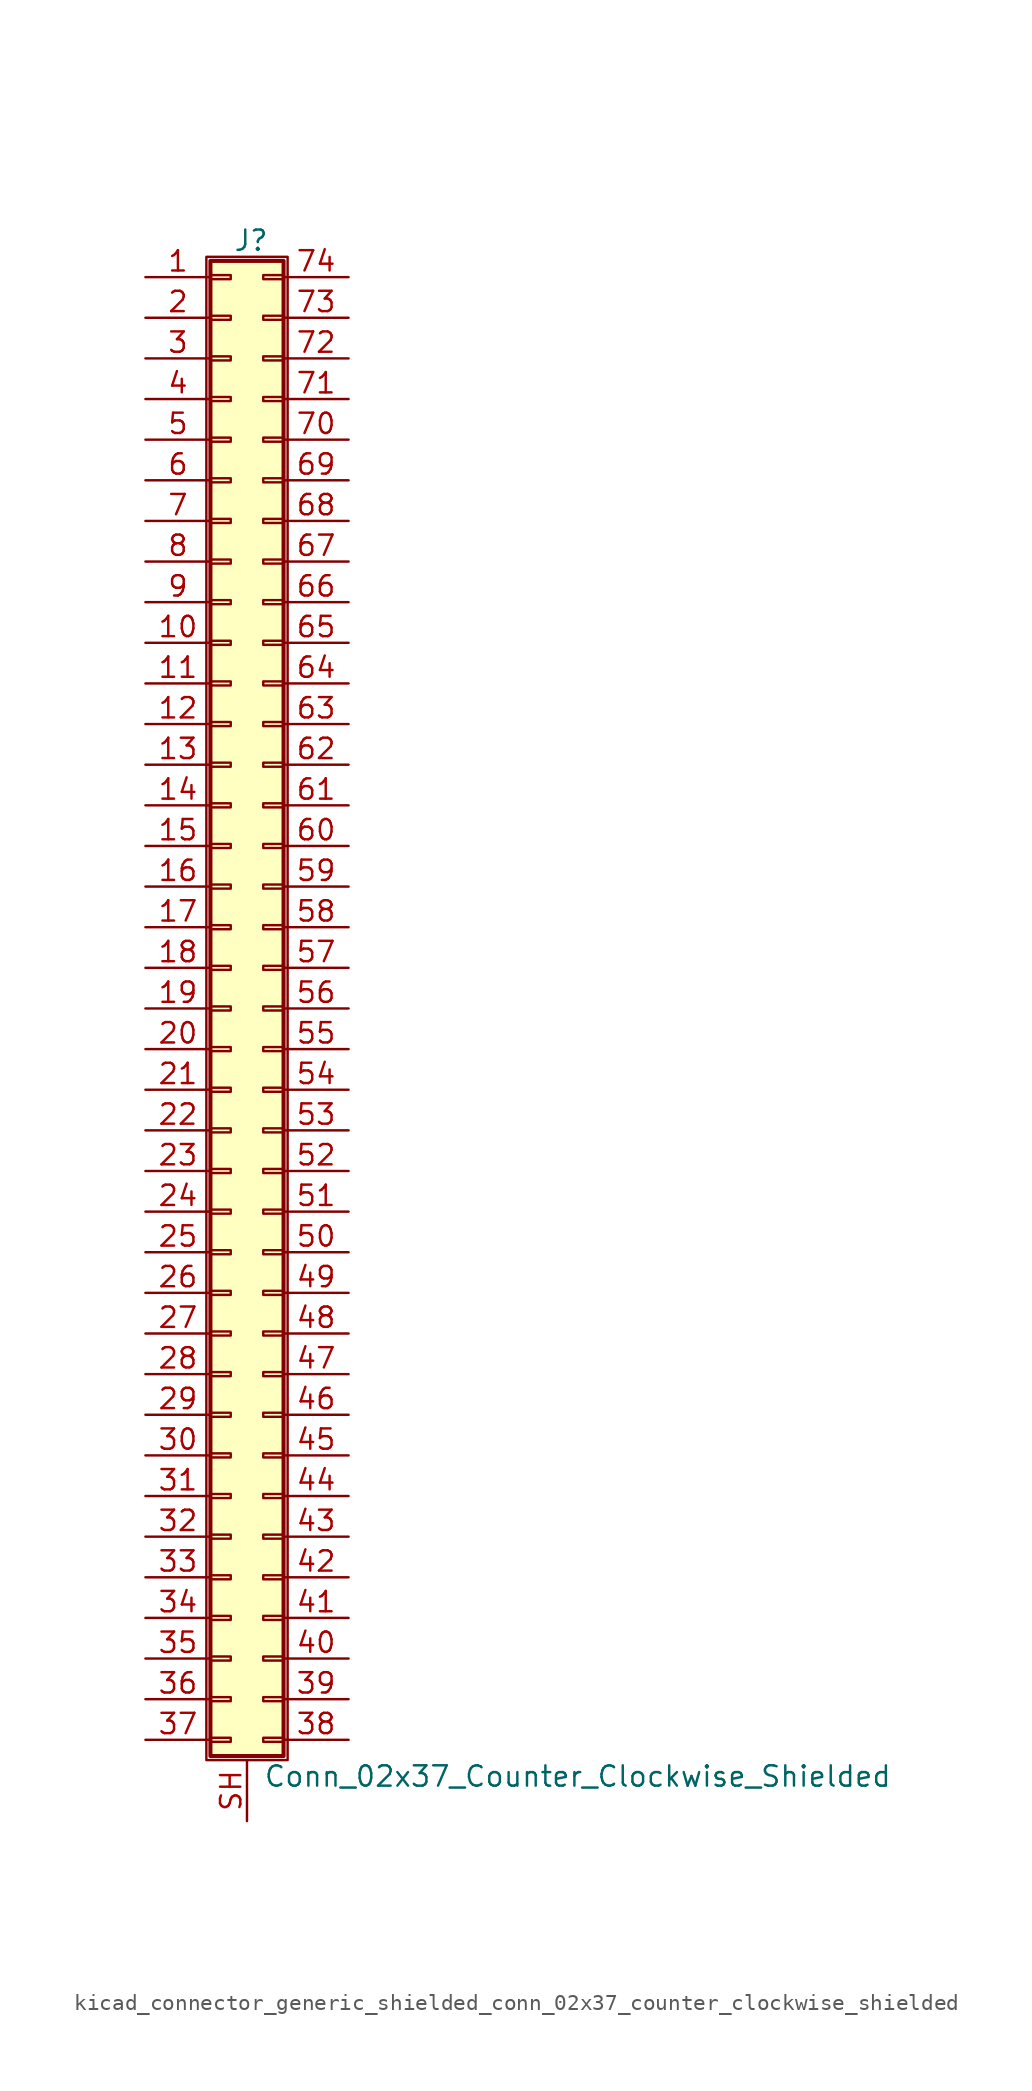
<source format=kicad_sym>
(kicad_symbol_lib
  (version 20220914)
  (generator kicad_symbol_editor)
  (symbol "kicad_connector_generic_shielded_conn_02x37_counter_clockwise_shielded"
    (pin_names
      (offset 1.016) hide)
    (property "Reference" "J"
      (at 1.524 48.006 0)
      (effects (font (size 1.27 1.27))))
    (property "Value" "Conn_02x37_Counter_Clockwise_Shielded"
      (at 2.286 -48.006 0)
      (effects (font (size 1.27 1.27)) (justify left)))
    (symbol "kicad_connector_generic_shielded_conn_02x37_counter_clockwise_shielded_1_1"
      (rectangle (start -1.27 46.99) (end 3.81 -46.99) (stroke (width 0.152) (type default)) (fill (type none)))
      (rectangle (start -1.016 -45.593) (end 0.254 -45.847) (stroke (width 0.152) (type default)) (fill (type none)))
      (rectangle (start -1.016 -43.053) (end 0.254 -43.307) (stroke (width 0.152) (type default)) (fill (type none)))
      (rectangle (start -1.016 -40.513) (end 0.254 -40.767) (stroke (width 0.152) (type default)) (fill (type none)))
      (rectangle (start -1.016 -37.973) (end 0.254 -38.227) (stroke (width 0.152) (type default)) (fill (type none)))
      (rectangle (start -1.016 -35.433) (end 0.254 -35.687) (stroke (width 0.152) (type default)) (fill (type none)))
      (rectangle (start -1.016 -32.893) (end 0.254 -33.147) (stroke (width 0.152) (type default)) (fill (type none)))
      (rectangle (start -1.016 -30.353) (end 0.254 -30.607) (stroke (width 0.152) (type default)) (fill (type none)))
      (rectangle (start -1.016 -27.813) (end 0.254 -28.067) (stroke (width 0.152) (type default)) (fill (type none)))
      (rectangle (start -1.016 -25.273) (end 0.254 -25.527) (stroke (width 0.152) (type default)) (fill (type none)))
      (rectangle (start -1.016 -22.733) (end 0.254 -22.987) (stroke (width 0.152) (type default)) (fill (type none)))
      (rectangle (start -1.016 -20.193) (end 0.254 -20.447) (stroke (width 0.152) (type default)) (fill (type none)))
      (rectangle (start -1.016 -17.653) (end 0.254 -17.907) (stroke (width 0.152) (type default)) (fill (type none)))
      (rectangle (start -1.016 -15.113) (end 0.254 -15.367) (stroke (width 0.152) (type default)) (fill (type none)))
      (rectangle (start -1.016 -12.573) (end 0.254 -12.827) (stroke (width 0.152) (type default)) (fill (type none)))
      (rectangle (start -1.016 -10.033) (end 0.254 -10.287) (stroke (width 0.152) (type default)) (fill (type none)))
      (rectangle (start -1.016 -7.493) (end 0.254 -7.747) (stroke (width 0.152) (type default)) (fill (type none)))
      (rectangle (start -1.016 -4.953) (end 0.254 -5.207) (stroke (width 0.152) (type default)) (fill (type none)))
      (rectangle (start -1.016 -2.413) (end 0.254 -2.667) (stroke (width 0.152) (type default)) (fill (type none)))
      (rectangle (start -1.016 0.127) (end 0.254 -0.127) (stroke (width 0.152) (type default)) (fill (type none)))
      (rectangle (start -1.016 2.667) (end 0.254 2.413) (stroke (width 0.152) (type default)) (fill (type none)))
      (rectangle (start -1.016 5.207) (end 0.254 4.953) (stroke (width 0.152) (type default)) (fill (type none)))
      (rectangle (start -1.016 7.747) (end 0.254 7.493) (stroke (width 0.152) (type default)) (fill (type none)))
      (rectangle (start -1.016 10.287) (end 0.254 10.033) (stroke (width 0.152) (type default)) (fill (type none)))
      (rectangle (start -1.016 12.827) (end 0.254 12.573) (stroke (width 0.152) (type default)) (fill (type none)))
      (rectangle (start -1.016 15.367) (end 0.254 15.113) (stroke (width 0.152) (type default)) (fill (type none)))
      (rectangle (start -1.016 17.907) (end 0.254 17.653) (stroke (width 0.152) (type default)) (fill (type none)))
      (rectangle (start -1.016 20.447) (end 0.254 20.193) (stroke (width 0.152) (type default)) (fill (type none)))
      (rectangle (start -1.016 22.987) (end 0.254 22.733) (stroke (width 0.152) (type default)) (fill (type none)))
      (rectangle (start -1.016 25.527) (end 0.254 25.273) (stroke (width 0.152) (type default)) (fill (type none)))
      (rectangle (start -1.016 28.067) (end 0.254 27.813) (stroke (width 0.152) (type default)) (fill (type none)))
      (rectangle (start -1.016 30.607) (end 0.254 30.353) (stroke (width 0.152) (type default)) (fill (type none)))
      (rectangle (start -1.016 33.147) (end 0.254 32.893) (stroke (width 0.152) (type default)) (fill (type none)))
      (rectangle (start -1.016 35.687) (end 0.254 35.433) (stroke (width 0.152) (type default)) (fill (type none)))
      (rectangle (start -1.016 38.227) (end 0.254 37.973) (stroke (width 0.152) (type default)) (fill (type none)))
      (rectangle (start -1.016 40.767) (end 0.254 40.513) (stroke (width 0.152) (type default)) (fill (type none)))
      (rectangle (start -1.016 43.307) (end 0.254 43.053) (stroke (width 0.152) (type default)) (fill (type none)))
      (rectangle (start -1.016 45.847) (end 0.254 45.593) (stroke (width 0.152) (type default)) (fill (type none)))
      (rectangle (start -1.016 46.736) (end 3.556 -46.736) (stroke (width 0.254) (type default)) (fill (type background)))
      (rectangle (start 3.556 -45.593) (end 2.286 -45.847) (stroke (width 0.152) (type default)) (fill (type none)))
      (rectangle (start 3.556 -43.053) (end 2.286 -43.307) (stroke (width 0.152) (type default)) (fill (type none)))
      (rectangle (start 3.556 -40.513) (end 2.286 -40.767) (stroke (width 0.152) (type default)) (fill (type none)))
      (rectangle (start 3.556 -37.973) (end 2.286 -38.227) (stroke (width 0.152) (type default)) (fill (type none)))
      (rectangle (start 3.556 -35.433) (end 2.286 -35.687) (stroke (width 0.152) (type default)) (fill (type none)))
      (rectangle (start 3.556 -32.893) (end 2.286 -33.147) (stroke (width 0.152) (type default)) (fill (type none)))
      (rectangle (start 3.556 -30.353) (end 2.286 -30.607) (stroke (width 0.152) (type default)) (fill (type none)))
      (rectangle (start 3.556 -27.813) (end 2.286 -28.067) (stroke (width 0.152) (type default)) (fill (type none)))
      (rectangle (start 3.556 -25.273) (end 2.286 -25.527) (stroke (width 0.152) (type default)) (fill (type none)))
      (rectangle (start 3.556 -22.733) (end 2.286 -22.987) (stroke (width 0.152) (type default)) (fill (type none)))
      (rectangle (start 3.556 -20.193) (end 2.286 -20.447) (stroke (width 0.152) (type default)) (fill (type none)))
      (rectangle (start 3.556 -17.653) (end 2.286 -17.907) (stroke (width 0.152) (type default)) (fill (type none)))
      (rectangle (start 3.556 -15.113) (end 2.286 -15.367) (stroke (width 0.152) (type default)) (fill (type none)))
      (rectangle (start 3.556 -12.573) (end 2.286 -12.827) (stroke (width 0.152) (type default)) (fill (type none)))
      (rectangle (start 3.556 -10.033) (end 2.286 -10.287) (stroke (width 0.152) (type default)) (fill (type none)))
      (rectangle (start 3.556 -7.493) (end 2.286 -7.747) (stroke (width 0.152) (type default)) (fill (type none)))
      (rectangle (start 3.556 -4.953) (end 2.286 -5.207) (stroke (width 0.152) (type default)) (fill (type none)))
      (rectangle (start 3.556 -2.413) (end 2.286 -2.667) (stroke (width 0.152) (type default)) (fill (type none)))
      (rectangle (start 3.556 0.127) (end 2.286 -0.127) (stroke (width 0.152) (type default)) (fill (type none)))
      (rectangle (start 3.556 2.667) (end 2.286 2.413) (stroke (width 0.152) (type default)) (fill (type none)))
      (rectangle (start 3.556 5.207) (end 2.286 4.953) (stroke (width 0.152) (type default)) (fill (type none)))
      (rectangle (start 3.556 7.747) (end 2.286 7.493) (stroke (width 0.152) (type default)) (fill (type none)))
      (rectangle (start 3.556 10.287) (end 2.286 10.033) (stroke (width 0.152) (type default)) (fill (type none)))
      (rectangle (start 3.556 12.827) (end 2.286 12.573) (stroke (width 0.152) (type default)) (fill (type none)))
      (rectangle (start 3.556 15.367) (end 2.286 15.113) (stroke (width 0.152) (type default)) (fill (type none)))
      (rectangle (start 3.556 17.907) (end 2.286 17.653) (stroke (width 0.152) (type default)) (fill (type none)))
      (rectangle (start 3.556 20.447) (end 2.286 20.193) (stroke (width 0.152) (type default)) (fill (type none)))
      (rectangle (start 3.556 22.987) (end 2.286 22.733) (stroke (width 0.152) (type default)) (fill (type none)))
      (rectangle (start 3.556 25.527) (end 2.286 25.273) (stroke (width 0.152) (type default)) (fill (type none)))
      (rectangle (start 3.556 28.067) (end 2.286 27.813) (stroke (width 0.152) (type default)) (fill (type none)))
      (rectangle (start 3.556 30.607) (end 2.286 30.353) (stroke (width 0.152) (type default)) (fill (type none)))
      (rectangle (start 3.556 33.147) (end 2.286 32.893) (stroke (width 0.152) (type default)) (fill (type none)))
      (rectangle (start 3.556 35.687) (end 2.286 35.433) (stroke (width 0.152) (type default)) (fill (type none)))
      (rectangle (start 3.556 38.227) (end 2.286 37.973) (stroke (width 0.152) (type default)) (fill (type none)))
      (rectangle (start 3.556 40.767) (end 2.286 40.513) (stroke (width 0.152) (type default)) (fill (type none)))
      (rectangle (start 3.556 43.307) (end 2.286 43.053) (stroke (width 0.152) (type default)) (fill (type none)))
      (rectangle (start 3.556 45.847) (end 2.286 45.593) (stroke (width 0.152) (type default)) (fill (type none)))
      (pin passive line (at -5.08 45.72 0) (length 4.064) (name "Pin_1" (effects (font (size 1.27 1.27)))) (number "1" (effects (font (size 1.27 1.27)))))
      (pin passive line (at -5.08 22.86 0) (length 4.064) (name "Pin_10" (effects (font (size 1.27 1.27)))) (number "10" (effects (font (size 1.27 1.27)))))
      (pin passive line (at -5.08 20.32 0) (length 4.064) (name "Pin_11" (effects (font (size 1.27 1.27)))) (number "11" (effects (font (size 1.27 1.27)))))
      (pin passive line (at -5.08 17.78 0) (length 4.064) (name "Pin_12" (effects (font (size 1.27 1.27)))) (number "12" (effects (font (size 1.27 1.27)))))
      (pin passive line (at -5.08 15.24 0) (length 4.064) (name "Pin_13" (effects (font (size 1.27 1.27)))) (number "13" (effects (font (size 1.27 1.27)))))
      (pin passive line (at -5.08 12.7 0) (length 4.064) (name "Pin_14" (effects (font (size 1.27 1.27)))) (number "14" (effects (font (size 1.27 1.27)))))
      (pin passive line (at -5.08 10.16 0) (length 4.064) (name "Pin_15" (effects (font (size 1.27 1.27)))) (number "15" (effects (font (size 1.27 1.27)))))
      (pin passive line (at -5.08 7.62 0) (length 4.064) (name "Pin_16" (effects (font (size 1.27 1.27)))) (number "16" (effects (font (size 1.27 1.27)))))
      (pin passive line (at -5.08 5.08 0) (length 4.064) (name "Pin_17" (effects (font (size 1.27 1.27)))) (number "17" (effects (font (size 1.27 1.27)))))
      (pin passive line (at -5.08 2.54 0) (length 4.064) (name "Pin_18" (effects (font (size 1.27 1.27)))) (number "18" (effects (font (size 1.27 1.27)))))
      (pin passive line (at -5.08 0 0) (length 4.064) (name "Pin_19" (effects (font (size 1.27 1.27)))) (number "19" (effects (font (size 1.27 1.27)))))
      (pin passive line (at -5.08 43.18 0) (length 4.064) (name "Pin_2" (effects (font (size 1.27 1.27)))) (number "2" (effects (font (size 1.27 1.27)))))
      (pin passive line (at -5.08 -2.54 0) (length 4.064) (name "Pin_20" (effects (font (size 1.27 1.27)))) (number "20" (effects (font (size 1.27 1.27)))))
      (pin passive line (at -5.08 -5.08 0) (length 4.064) (name "Pin_21" (effects (font (size 1.27 1.27)))) (number "21" (effects (font (size 1.27 1.27)))))
      (pin passive line (at -5.08 -7.62 0) (length 4.064) (name "Pin_22" (effects (font (size 1.27 1.27)))) (number "22" (effects (font (size 1.27 1.27)))))
      (pin passive line (at -5.08 -10.16 0) (length 4.064) (name "Pin_23" (effects (font (size 1.27 1.27)))) (number "23" (effects (font (size 1.27 1.27)))))
      (pin passive line (at -5.08 -12.7 0) (length 4.064) (name "Pin_24" (effects (font (size 1.27 1.27)))) (number "24" (effects (font (size 1.27 1.27)))))
      (pin passive line (at -5.08 -15.24 0) (length 4.064) (name "Pin_25" (effects (font (size 1.27 1.27)))) (number "25" (effects (font (size 1.27 1.27)))))
      (pin passive line (at -5.08 -17.78 0) (length 4.064) (name "Pin_26" (effects (font (size 1.27 1.27)))) (number "26" (effects (font (size 1.27 1.27)))))
      (pin passive line (at -5.08 -20.32 0) (length 4.064) (name "Pin_27" (effects (font (size 1.27 1.27)))) (number "27" (effects (font (size 1.27 1.27)))))
      (pin passive line (at -5.08 -22.86 0) (length 4.064) (name "Pin_28" (effects (font (size 1.27 1.27)))) (number "28" (effects (font (size 1.27 1.27)))))
      (pin passive line (at -5.08 -25.4 0) (length 4.064) (name "Pin_29" (effects (font (size 1.27 1.27)))) (number "29" (effects (font (size 1.27 1.27)))))
      (pin passive line (at -5.08 40.64 0) (length 4.064) (name "Pin_3" (effects (font (size 1.27 1.27)))) (number "3" (effects (font (size 1.27 1.27)))))
      (pin passive line (at -5.08 -27.94 0) (length 4.064) (name "Pin_30" (effects (font (size 1.27 1.27)))) (number "30" (effects (font (size 1.27 1.27)))))
      (pin passive line (at -5.08 -30.48 0) (length 4.064) (name "Pin_31" (effects (font (size 1.27 1.27)))) (number "31" (effects (font (size 1.27 1.27)))))
      (pin passive line (at -5.08 -33.02 0) (length 4.064) (name "Pin_32" (effects (font (size 1.27 1.27)))) (number "32" (effects (font (size 1.27 1.27)))))
      (pin passive line (at -5.08 -35.56 0) (length 4.064) (name "Pin_33" (effects (font (size 1.27 1.27)))) (number "33" (effects (font (size 1.27 1.27)))))
      (pin passive line (at -5.08 -38.1 0) (length 4.064) (name "Pin_34" (effects (font (size 1.27 1.27)))) (number "34" (effects (font (size 1.27 1.27)))))
      (pin passive line (at -5.08 -40.64 0) (length 4.064) (name "Pin_35" (effects (font (size 1.27 1.27)))) (number "35" (effects (font (size 1.27 1.27)))))
      (pin passive line (at -5.08 -43.18 0) (length 4.064) (name "Pin_36" (effects (font (size 1.27 1.27)))) (number "36" (effects (font (size 1.27 1.27)))))
      (pin passive line (at -5.08 -45.72 0) (length 4.064) (name "Pin_37" (effects (font (size 1.27 1.27)))) (number "37" (effects (font (size 1.27 1.27)))))
      (pin passive line (at 7.62 -45.72 180) (length 4.064) (name "Pin_38" (effects (font (size 1.27 1.27)))) (number "38" (effects (font (size 1.27 1.27)))))
      (pin passive line (at 7.62 -43.18 180) (length 4.064) (name "Pin_39" (effects (font (size 1.27 1.27)))) (number "39" (effects (font (size 1.27 1.27)))))
      (pin passive line (at -5.08 38.1 0) (length 4.064) (name "Pin_4" (effects (font (size 1.27 1.27)))) (number "4" (effects (font (size 1.27 1.27)))))
      (pin passive line (at 7.62 -40.64 180) (length 4.064) (name "Pin_40" (effects (font (size 1.27 1.27)))) (number "40" (effects (font (size 1.27 1.27)))))
      (pin passive line (at 7.62 -38.1 180) (length 4.064) (name "Pin_41" (effects (font (size 1.27 1.27)))) (number "41" (effects (font (size 1.27 1.27)))))
      (pin passive line (at 7.62 -35.56 180) (length 4.064) (name "Pin_42" (effects (font (size 1.27 1.27)))) (number "42" (effects (font (size 1.27 1.27)))))
      (pin passive line (at 7.62 -33.02 180) (length 4.064) (name "Pin_43" (effects (font (size 1.27 1.27)))) (number "43" (effects (font (size 1.27 1.27)))))
      (pin passive line (at 7.62 -30.48 180) (length 4.064) (name "Pin_44" (effects (font (size 1.27 1.27)))) (number "44" (effects (font (size 1.27 1.27)))))
      (pin passive line (at 7.62 -27.94 180) (length 4.064) (name "Pin_45" (effects (font (size 1.27 1.27)))) (number "45" (effects (font (size 1.27 1.27)))))
      (pin passive line (at 7.62 -25.4 180) (length 4.064) (name "Pin_46" (effects (font (size 1.27 1.27)))) (number "46" (effects (font (size 1.27 1.27)))))
      (pin passive line (at 7.62 -22.86 180) (length 4.064) (name "Pin_47" (effects (font (size 1.27 1.27)))) (number "47" (effects (font (size 1.27 1.27)))))
      (pin passive line (at 7.62 -20.32 180) (length 4.064) (name "Pin_48" (effects (font (size 1.27 1.27)))) (number "48" (effects (font (size 1.27 1.27)))))
      (pin passive line (at 7.62 -17.78 180) (length 4.064) (name "Pin_49" (effects (font (size 1.27 1.27)))) (number "49" (effects (font (size 1.27 1.27)))))
      (pin passive line (at -5.08 35.56 0) (length 4.064) (name "Pin_5" (effects (font (size 1.27 1.27)))) (number "5" (effects (font (size 1.27 1.27)))))
      (pin passive line (at 7.62 -15.24 180) (length 4.064) (name "Pin_50" (effects (font (size 1.27 1.27)))) (number "50" (effects (font (size 1.27 1.27)))))
      (pin passive line (at 7.62 -12.7 180) (length 4.064) (name "Pin_51" (effects (font (size 1.27 1.27)))) (number "51" (effects (font (size 1.27 1.27)))))
      (pin passive line (at 7.62 -10.16 180) (length 4.064) (name "Pin_52" (effects (font (size 1.27 1.27)))) (number "52" (effects (font (size 1.27 1.27)))))
      (pin passive line (at 7.62 -7.62 180) (length 4.064) (name "Pin_53" (effects (font (size 1.27 1.27)))) (number "53" (effects (font (size 1.27 1.27)))))
      (pin passive line (at 7.62 -5.08 180) (length 4.064) (name "Pin_54" (effects (font (size 1.27 1.27)))) (number "54" (effects (font (size 1.27 1.27)))))
      (pin passive line (at 7.62 -2.54 180) (length 4.064) (name "Pin_55" (effects (font (size 1.27 1.27)))) (number "55" (effects (font (size 1.27 1.27)))))
      (pin passive line (at 7.62 0 180) (length 4.064) (name "Pin_56" (effects (font (size 1.27 1.27)))) (number "56" (effects (font (size 1.27 1.27)))))
      (pin passive line (at 7.62 2.54 180) (length 4.064) (name "Pin_57" (effects (font (size 1.27 1.27)))) (number "57" (effects (font (size 1.27 1.27)))))
      (pin passive line (at 7.62 5.08 180) (length 4.064) (name "Pin_58" (effects (font (size 1.27 1.27)))) (number "58" (effects (font (size 1.27 1.27)))))
      (pin passive line (at 7.62 7.62 180) (length 4.064) (name "Pin_59" (effects (font (size 1.27 1.27)))) (number "59" (effects (font (size 1.27 1.27)))))
      (pin passive line (at -5.08 33.02 0) (length 4.064) (name "Pin_6" (effects (font (size 1.27 1.27)))) (number "6" (effects (font (size 1.27 1.27)))))
      (pin passive line (at 7.62 10.16 180) (length 4.064) (name "Pin_60" (effects (font (size 1.27 1.27)))) (number "60" (effects (font (size 1.27 1.27)))))
      (pin passive line (at 7.62 12.7 180) (length 4.064) (name "Pin_61" (effects (font (size 1.27 1.27)))) (number "61" (effects (font (size 1.27 1.27)))))
      (pin passive line (at 7.62 15.24 180) (length 4.064) (name "Pin_62" (effects (font (size 1.27 1.27)))) (number "62" (effects (font (size 1.27 1.27)))))
      (pin passive line (at 7.62 17.78 180) (length 4.064) (name "Pin_63" (effects (font (size 1.27 1.27)))) (number "63" (effects (font (size 1.27 1.27)))))
      (pin passive line (at 7.62 20.32 180) (length 4.064) (name "Pin_64" (effects (font (size 1.27 1.27)))) (number "64" (effects (font (size 1.27 1.27)))))
      (pin passive line (at 7.62 22.86 180) (length 4.064) (name "Pin_65" (effects (font (size 1.27 1.27)))) (number "65" (effects (font (size 1.27 1.27)))))
      (pin passive line (at 7.62 25.4 180) (length 4.064) (name "Pin_66" (effects (font (size 1.27 1.27)))) (number "66" (effects (font (size 1.27 1.27)))))
      (pin passive line (at 7.62 27.94 180) (length 4.064) (name "Pin_67" (effects (font (size 1.27 1.27)))) (number "67" (effects (font (size 1.27 1.27)))))
      (pin passive line (at 7.62 30.48 180) (length 4.064) (name "Pin_68" (effects (font (size 1.27 1.27)))) (number "68" (effects (font (size 1.27 1.27)))))
      (pin passive line (at 7.62 33.02 180) (length 4.064) (name "Pin_69" (effects (font (size 1.27 1.27)))) (number "69" (effects (font (size 1.27 1.27)))))
      (pin passive line (at -5.08 30.48 0) (length 4.064) (name "Pin_7" (effects (font (size 1.27 1.27)))) (number "7" (effects (font (size 1.27 1.27)))))
      (pin passive line (at 7.62 35.56 180) (length 4.064) (name "Pin_70" (effects (font (size 1.27 1.27)))) (number "70" (effects (font (size 1.27 1.27)))))
      (pin passive line (at 7.62 38.1 180) (length 4.064) (name "Pin_71" (effects (font (size 1.27 1.27)))) (number "71" (effects (font (size 1.27 1.27)))))
      (pin passive line (at 7.62 40.64 180) (length 4.064) (name "Pin_72" (effects (font (size 1.27 1.27)))) (number "72" (effects (font (size 1.27 1.27)))))
      (pin passive line (at 7.62 43.18 180) (length 4.064) (name "Pin_73" (effects (font (size 1.27 1.27)))) (number "73" (effects (font (size 1.27 1.27)))))
      (pin passive line (at 7.62 45.72 180) (length 4.064) (name "Pin_74" (effects (font (size 1.27 1.27)))) (number "74" (effects (font (size 1.27 1.27)))))
      (pin passive line (at -5.08 27.94 0) (length 4.064) (name "Pin_8" (effects (font (size 1.27 1.27)))) (number "8" (effects (font (size 1.27 1.27)))))
      (pin passive line (at -5.08 25.4 0) (length 4.064) (name "Pin_9" (effects (font (size 1.27 1.27)))) (number "9" (effects (font (size 1.27 1.27)))))
      (pin passive line (at 1.27 -50.8 90) (length 3.81) (name "Shield" (effects (font (size 1.27 1.27)))) (number "SH" (effects (font (size 1.27 1.27))))))))
</source>
